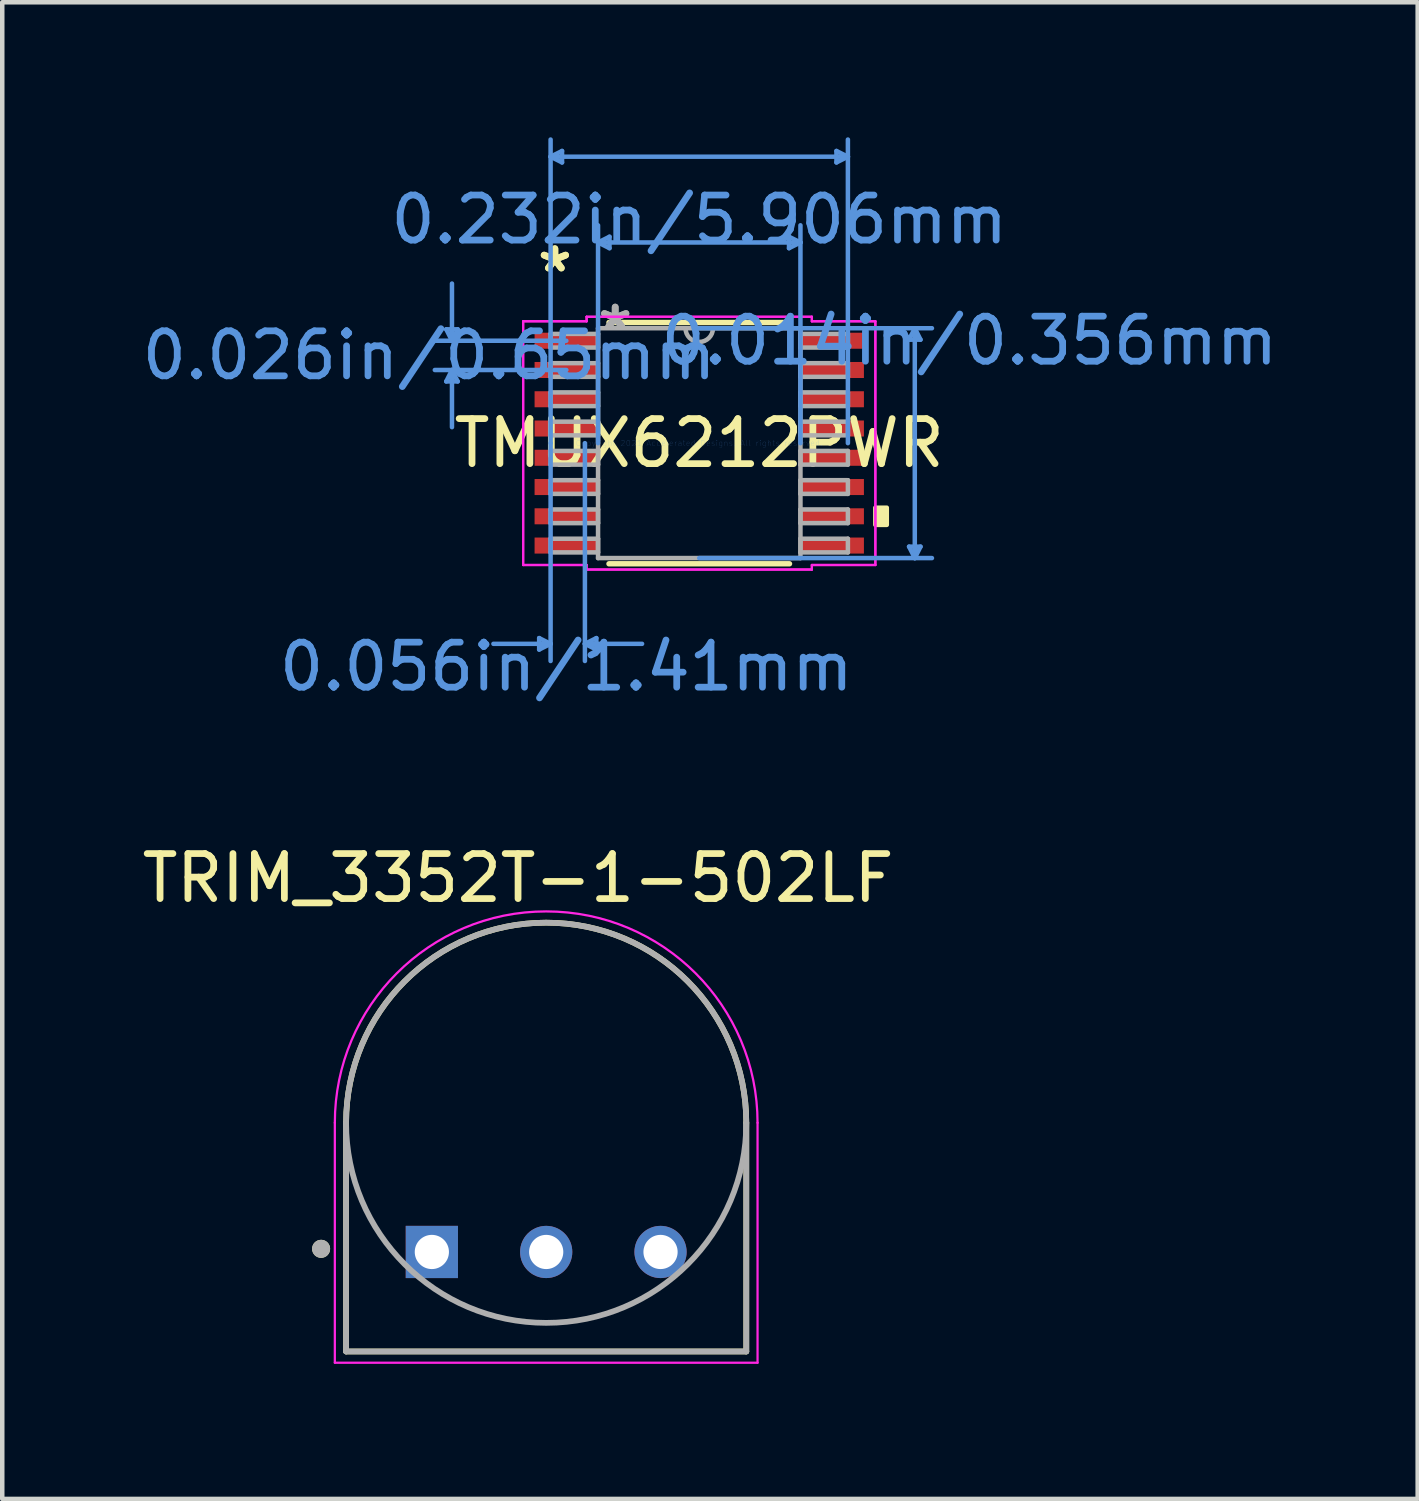
<source format=kicad_pcb>
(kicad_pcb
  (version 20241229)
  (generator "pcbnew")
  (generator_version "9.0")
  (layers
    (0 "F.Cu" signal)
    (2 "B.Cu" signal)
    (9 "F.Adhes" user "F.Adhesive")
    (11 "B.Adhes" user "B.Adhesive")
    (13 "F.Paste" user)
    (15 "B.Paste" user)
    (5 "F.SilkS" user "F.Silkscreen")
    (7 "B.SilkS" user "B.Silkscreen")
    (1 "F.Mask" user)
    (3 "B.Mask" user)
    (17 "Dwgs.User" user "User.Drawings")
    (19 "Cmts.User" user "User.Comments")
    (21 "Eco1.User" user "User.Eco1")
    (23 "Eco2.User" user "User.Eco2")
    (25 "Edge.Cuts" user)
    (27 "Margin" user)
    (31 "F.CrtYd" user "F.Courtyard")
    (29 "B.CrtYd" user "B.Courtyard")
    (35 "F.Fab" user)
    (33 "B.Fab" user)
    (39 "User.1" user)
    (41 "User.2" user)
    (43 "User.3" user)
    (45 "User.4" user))
  (footprint "TRIM_3352T-1-502LF"
    (layer "F.Cu")
    (at 9.083 21.891)
    (property "Reference" "TRIM_3352T-1-502LF" (at -0.625 -5.435 0) (layer "F.SilkS") (effects (font (size 1 1) (thickness 0.15))))
    (attr through_hole)
    (fp_line (start -4.445 0) (end -4.445 5.08) (stroke (width 0.127) (type solid)) (layer "F.SilkS"))
    (fp_line (start -4.445 5.08) (end 4.445 5.08) (stroke (width 0.127) (type solid)) (layer "F.SilkS"))
    (fp_line (start 4.445 0) (end 4.445 5.08) (stroke (width 0.127) (type solid)) (layer "F.SilkS"))
    (fp_arc (start -4.445 0) (mid 0 -4.445) (end 4.445 0) (stroke (width 0.127) (type solid)) (layer "F.SilkS"))
    (fp_circle (center -5 2.8) (end -4.9 2.8) (stroke (width 0.2) (type solid)) (fill no) (layer "F.SilkS"))
    (fp_line (start -4.695 0) (end -4.695 5.33) (stroke (width 0.05) (type solid)) (layer "F.CrtYd"))
    (fp_line (start -4.695 5.33) (end 4.695 5.33) (stroke (width 0.05) (type solid)) (layer "F.CrtYd"))
    (fp_line (start 4.695 5.33) (end 4.695 0) (stroke (width 0.05) (type solid)) (layer "F.CrtYd"))
    (fp_arc (start -4.695 0) (mid 0 -4.695) (end 4.695 0) (stroke (width 0.05) (type solid)) (layer "F.CrtYd"))
    (fp_line (start -4.445 0) (end -4.445 5.08) (stroke (width 0.127) (type solid)) (layer "F.Fab"))
    (fp_line (start -4.445 5.08) (end 4.445 5.08) (stroke (width 0.127) (type solid)) (layer "F.Fab"))
    (fp_line (start 4.445 5.08) (end 4.445 0) (stroke (width 0.127) (type solid)) (layer "F.Fab"))
    (fp_circle (center -5 2.8) (end -4.9 2.8) (stroke (width 0.2) (type solid)) (fill no) (layer "F.Fab"))
    (fp_circle (center 0 0) (end 4.445 0) (stroke (width 0.127) (type solid)) (fill no) (layer "F.Fab"))
    (pad "1" thru_hole rect (at -2.54 2.87) (size 1.16 1.16) (drill 0.76) (layers "*.Cu" "*.Mask"))
    (pad "2" thru_hole circle (at 0 2.87) (size 1.16 1.16) (drill 0.76) (layers "*.Cu" "*.Mask"))
    (pad "3" thru_hole circle (at 2.54 2.87) (size 1.16 1.16) (drill 0.76) (layers "*.Cu" "*.Mask")))
  (footprint "TMUX6212PWR"
    (layer "F.Cu")
    (at 12.483 6.794)
    (property "Reference" "TMUX6212PWR" (at 0 0 0) (layer "F.SilkS") (effects (font (size 1 1) (thickness 0.15))))
    (attr through_hole)
    (fp_line (start -2.005 2.68) (end 2.005 2.68) (stroke (width 0.12) (type solid)) (layer "F.SilkS"))
    (fp_line (start 2.005 -2.68) (end -2.005 -2.68) (stroke (width 0.12) (type solid)) (layer "F.SilkS"))
    (fp_poly (pts (xy 4.166 1.434) (xy 4.166 1.815) (xy 3.912 1.815) (xy 3.912 1.434)) (stroke (width 0.1) (type solid)) (fill yes) (layer "F.SilkS"))
    (fp_line (start -5.62 -2.529) (end -5.366 -2.529) (stroke (width 0.1) (type solid)) (layer "Cmts.User"))
    (fp_line (start -5.62 -1.371) (end -5.366 -1.371) (stroke (width 0.1) (type solid)) (layer "Cmts.User"))
    (fp_line (start -5.493 -2.275) (end -5.62 -2.529) (stroke (width 0.1) (type solid)) (layer "Cmts.User"))
    (fp_line (start -5.493 -2.275) (end -5.493 -3.545) (stroke (width 0.1) (type solid)) (layer "Cmts.User"))
    (fp_line (start -5.493 -2.275) (end -5.366 -2.529) (stroke (width 0.1) (type solid)) (layer "Cmts.User"))
    (fp_line (start -5.493 -1.625) (end -5.62 -1.371) (stroke (width 0.1) (type solid)) (layer "Cmts.User"))
    (fp_line (start -5.493 -1.625) (end -5.493 -0.355) (stroke (width 0.1) (type solid)) (layer "Cmts.User"))
    (fp_line (start -5.493 -1.625) (end -5.366 -1.371) (stroke (width 0.1) (type solid)) (layer "Cmts.User"))
    (fp_line (start -3.556 4.331) (end -3.556 4.585) (stroke (width 0.1) (type solid)) (layer "Cmts.User"))
    (fp_line (start -3.302 -6.363) (end -3.048 -6.49) (stroke (width 0.1) (type solid)) (layer "Cmts.User"))
    (fp_line (start -3.302 -6.363) (end -3.048 -6.236) (stroke (width 0.1) (type solid)) (layer "Cmts.User"))
    (fp_line (start -3.302 -6.363) (end 3.302 -6.363) (stroke (width 0.1) (type solid)) (layer "Cmts.User"))
    (fp_line (start -3.302 0) (end -3.302 -6.744) (stroke (width 0.1) (type solid)) (layer "Cmts.User"))
    (fp_line (start -3.302 0) (end -3.302 4.839) (stroke (width 0.1) (type solid)) (layer "Cmts.User"))
    (fp_line (start -3.302 4.458) (end -4.572 4.458) (stroke (width 0.1) (type solid)) (layer "Cmts.User"))
    (fp_line (start -3.302 4.458) (end -3.556 4.331) (stroke (width 0.1) (type solid)) (layer "Cmts.User"))
    (fp_line (start -3.302 4.458) (end -3.556 4.585) (stroke (width 0.1) (type solid)) (layer "Cmts.User"))
    (fp_line (start -3.048 -6.49) (end -3.048 -6.236) (stroke (width 0.1) (type solid)) (layer "Cmts.User"))
    (fp_line (start -2.953 -2.275) (end -5.874 -2.275) (stroke (width 0.1) (type solid)) (layer "Cmts.User"))
    (fp_line (start -2.953 -1.625) (end -5.874 -1.625) (stroke (width 0.1) (type solid)) (layer "Cmts.User"))
    (fp_line (start -2.54 0) (end -2.54 4.839) (stroke (width 0.1) (type solid)) (layer "Cmts.User"))
    (fp_line (start -2.54 4.458) (end -2.286 4.331) (stroke (width 0.1) (type solid)) (layer "Cmts.User"))
    (fp_line (start -2.54 4.458) (end -2.286 4.585) (stroke (width 0.1) (type solid)) (layer "Cmts.User"))
    (fp_line (start -2.54 4.458) (end -1.27 4.458) (stroke (width 0.1) (type solid)) (layer "Cmts.User"))
    (fp_line (start -2.286 4.331) (end -2.286 4.585) (stroke (width 0.1) (type solid)) (layer "Cmts.User"))
    (fp_line (start -2.248 -4.458) (end -1.994 -4.585) (stroke (width 0.1) (type solid)) (layer "Cmts.User"))
    (fp_line (start -2.248 -4.458) (end -1.994 -4.331) (stroke (width 0.1) (type solid)) (layer "Cmts.User"))
    (fp_line (start -2.248 -4.458) (end 2.248 -4.458) (stroke (width 0.1) (type solid)) (layer "Cmts.User"))
    (fp_line (start -2.248 0) (end -2.248 -4.839) (stroke (width 0.1) (type solid)) (layer "Cmts.User"))
    (fp_line (start -1.994 -4.585) (end -1.994 -4.331) (stroke (width 0.1) (type solid)) (layer "Cmts.User"))
    (fp_line (start 0 -2.553) (end 5.169 -2.553) (stroke (width 0.1) (type solid)) (layer "Cmts.User"))
    (fp_line (start 0 2.553) (end 5.169 2.553) (stroke (width 0.1) (type solid)) (layer "Cmts.User"))
    (fp_line (start 1.994 -4.585) (end 1.994 -4.331) (stroke (width 0.1) (type solid)) (layer "Cmts.User"))
    (fp_line (start 2.248 -4.458) (end 1.994 -4.585) (stroke (width 0.1) (type solid)) (layer "Cmts.User"))
    (fp_line (start 2.248 -4.458) (end 1.994 -4.331) (stroke (width 0.1) (type solid)) (layer "Cmts.User"))
    (fp_line (start 2.248 0) (end 2.248 -4.839) (stroke (width 0.1) (type solid)) (layer "Cmts.User"))
    (fp_line (start 3.048 -6.49) (end 3.048 -6.236) (stroke (width 0.1) (type solid)) (layer "Cmts.User"))
    (fp_line (start 3.302 -6.363) (end 3.048 -6.49) (stroke (width 0.1) (type solid)) (layer "Cmts.User"))
    (fp_line (start 3.302 -6.363) (end 3.048 -6.236) (stroke (width 0.1) (type solid)) (layer "Cmts.User"))
    (fp_line (start 3.302 0) (end 3.302 -6.744) (stroke (width 0.1) (type solid)) (layer "Cmts.User"))
    (fp_line (start 4.661 -2.299) (end 4.915 -2.299) (stroke (width 0.1) (type solid)) (layer "Cmts.User"))
    (fp_line (start 4.661 2.299) (end 4.915 2.299) (stroke (width 0.1) (type solid)) (layer "Cmts.User"))
    (fp_line (start 4.788 -2.553) (end 4.661 -2.299) (stroke (width 0.1) (type solid)) (layer "Cmts.User"))
    (fp_line (start 4.788 -2.553) (end 4.788 2.553) (stroke (width 0.1) (type solid)) (layer "Cmts.User"))
    (fp_line (start 4.788 -2.553) (end 4.915 -2.299) (stroke (width 0.1) (type solid)) (layer "Cmts.User"))
    (fp_line (start 4.788 2.553) (end 4.661 2.299) (stroke (width 0.1) (type solid)) (layer "Cmts.User"))
    (fp_line (start 4.788 2.553) (end 4.915 2.299) (stroke (width 0.1) (type solid)) (layer "Cmts.User"))
    (fp_line (start -3.912 -2.707) (end -2.502 -2.707) (stroke (width 0.05) (type solid)) (layer "F.CrtYd"))
    (fp_line (start -3.912 -2.707) (end -2.502 -2.707) (stroke (width 0.05) (type solid)) (layer "F.CrtYd"))
    (fp_line (start -3.912 2.707) (end -3.912 -2.707) (stroke (width 0.05) (type solid)) (layer "F.CrtYd"))
    (fp_line (start -3.912 2.707) (end -3.912 -2.707) (stroke (width 0.05) (type solid)) (layer "F.CrtYd"))
    (fp_line (start -3.912 2.707) (end -2.502 2.707) (stroke (width 0.05) (type solid)) (layer "F.CrtYd"))
    (fp_line (start -2.502 -2.807) (end 2.502 -2.807) (stroke (width 0.05) (type solid)) (layer "F.CrtYd"))
    (fp_line (start -2.502 -2.807) (end 2.502 -2.807) (stroke (width 0.05) (type solid)) (layer "F.CrtYd"))
    (fp_line (start -2.502 -2.707) (end -2.502 -2.807) (stroke (width 0.05) (type solid)) (layer "F.CrtYd"))
    (fp_line (start -2.502 -2.707) (end -2.502 -2.807) (stroke (width 0.05) (type solid)) (layer "F.CrtYd"))
    (fp_line (start -2.502 2.707) (end -3.912 2.707) (stroke (width 0.05) (type solid)) (layer "F.CrtYd"))
    (fp_line (start -2.502 2.807) (end -2.502 2.707) (stroke (width 0.05) (type solid)) (layer "F.CrtYd"))
    (fp_line (start -2.502 2.807) (end -2.502 2.707) (stroke (width 0.05) (type solid)) (layer "F.CrtYd"))
    (fp_line (start 2.502 -2.807) (end 2.502 -2.707) (stroke (width 0.05) (type solid)) (layer "F.CrtYd"))
    (fp_line (start 2.502 -2.807) (end 2.502 -2.707) (stroke (width 0.05) (type solid)) (layer "F.CrtYd"))
    (fp_line (start 2.502 -2.707) (end 3.912 -2.707) (stroke (width 0.05) (type solid)) (layer "F.CrtYd"))
    (fp_line (start 2.502 2.707) (end 2.502 2.807) (stroke (width 0.05) (type solid)) (layer "F.CrtYd"))
    (fp_line (start 2.502 2.707) (end 2.502 2.807) (stroke (width 0.05) (type solid)) (layer "F.CrtYd"))
    (fp_line (start 2.502 2.807) (end -2.502 2.807) (stroke (width 0.05) (type solid)) (layer "F.CrtYd"))
    (fp_line (start 2.502 2.807) (end -2.502 2.807) (stroke (width 0.05) (type solid)) (layer "F.CrtYd"))
    (fp_line (start 3.912 -2.707) (end 2.502 -2.707) (stroke (width 0.05) (type solid)) (layer "F.CrtYd"))
    (fp_line (start 3.912 -2.707) (end 3.912 2.707) (stroke (width 0.05) (type solid)) (layer "F.CrtYd"))
    (fp_line (start 3.912 -2.707) (end 3.912 2.707) (stroke (width 0.05) (type solid)) (layer "F.CrtYd"))
    (fp_line (start 3.912 2.707) (end 2.502 2.707) (stroke (width 0.05) (type solid)) (layer "F.CrtYd"))
    (fp_line (start 3.912 2.707) (end 2.502 2.707) (stroke (width 0.05) (type solid)) (layer "F.CrtYd"))
    (fp_line (start -3.302 -2.427) (end -3.302 -2.123) (stroke (width 0.1) (type solid)) (layer "F.Fab"))
    (fp_line (start -3.302 -2.123) (end -2.248 -2.123) (stroke (width 0.1) (type solid)) (layer "F.Fab"))
    (fp_line (start -3.302 -1.777) (end -3.302 -1.473) (stroke (width 0.1) (type solid)) (layer "F.Fab"))
    (fp_line (start -3.302 -1.473) (end -2.248 -1.473) (stroke (width 0.1) (type solid)) (layer "F.Fab"))
    (fp_line (start -3.302 -1.127) (end -3.302 -0.823) (stroke (width 0.1) (type solid)) (layer "F.Fab"))
    (fp_line (start -3.302 -0.823) (end -2.248 -0.823) (stroke (width 0.1) (type solid)) (layer "F.Fab"))
    (fp_line (start -3.302 -0.477) (end -3.302 -0.173) (stroke (width 0.1) (type solid)) (layer "F.Fab"))
    (fp_line (start -3.302 -0.173) (end -2.248 -0.173) (stroke (width 0.1) (type solid)) (layer "F.Fab"))
    (fp_line (start -3.302 0.173) (end -3.302 0.477) (stroke (width 0.1) (type solid)) (layer "F.Fab"))
    (fp_line (start -3.302 0.477) (end -2.248 0.477) (stroke (width 0.1) (type solid)) (layer "F.Fab"))
    (fp_line (start -3.302 0.823) (end -3.302 1.127) (stroke (width 0.1) (type solid)) (layer "F.Fab"))
    (fp_line (start -3.302 1.127) (end -2.248 1.127) (stroke (width 0.1) (type solid)) (layer "F.Fab"))
    (fp_line (start -3.302 1.473) (end -3.302 1.777) (stroke (width 0.1) (type solid)) (layer "F.Fab"))
    (fp_line (start -3.302 1.777) (end -2.248 1.777) (stroke (width 0.1) (type solid)) (layer "F.Fab"))
    (fp_line (start -3.302 2.123) (end -3.302 2.427) (stroke (width 0.1) (type solid)) (layer "F.Fab"))
    (fp_line (start -3.302 2.427) (end -2.248 2.427) (stroke (width 0.1) (type solid)) (layer "F.Fab"))
    (fp_line (start -2.248 -2.553) (end -2.248 2.553) (stroke (width 0.1) (type solid)) (layer "F.Fab"))
    (fp_line (start -2.248 -2.427) (end -3.302 -2.427) (stroke (width 0.1) (type solid)) (layer "F.Fab"))
    (fp_line (start -2.248 -2.123) (end -2.248 -2.427) (stroke (width 0.1) (type solid)) (layer "F.Fab"))
    (fp_line (start -2.248 -1.777) (end -3.302 -1.777) (stroke (width 0.1) (type solid)) (layer "F.Fab"))
    (fp_line (start -2.248 -1.473) (end -2.248 -1.777) (stroke (width 0.1) (type solid)) (layer "F.Fab"))
    (fp_line (start -2.248 -1.127) (end -3.302 -1.127) (stroke (width 0.1) (type solid)) (layer "F.Fab"))
    (fp_line (start -2.248 -0.823) (end -2.248 -1.127) (stroke (width 0.1) (type solid)) (layer "F.Fab"))
    (fp_line (start -2.248 -0.477) (end -3.302 -0.477) (stroke (width 0.1) (type solid)) (layer "F.Fab"))
    (fp_line (start -2.248 -0.173) (end -2.248 -0.477) (stroke (width 0.1) (type solid)) (layer "F.Fab"))
    (fp_line (start -2.248 0.173) (end -3.302 0.173) (stroke (width 0.1) (type solid)) (layer "F.Fab"))
    (fp_line (start -2.248 0.477) (end -2.248 0.173) (stroke (width 0.1) (type solid)) (layer "F.Fab"))
    (fp_line (start -2.248 0.823) (end -3.302 0.823) (stroke (width 0.1) (type solid)) (layer "F.Fab"))
    (fp_line (start -2.248 1.127) (end -2.248 0.823) (stroke (width 0.1) (type solid)) (layer "F.Fab"))
    (fp_line (start -2.248 1.473) (end -3.302 1.473) (stroke (width 0.1) (type solid)) (layer "F.Fab"))
    (fp_line (start -2.248 1.777) (end -2.248 1.473) (stroke (width 0.1) (type solid)) (layer "F.Fab"))
    (fp_line (start -2.248 2.123) (end -3.302 2.123) (stroke (width 0.1) (type solid)) (layer "F.Fab"))
    (fp_line (start -2.248 2.427) (end -2.248 2.123) (stroke (width 0.1) (type solid)) (layer "F.Fab"))
    (fp_line (start -2.248 2.553) (end 2.248 2.553) (stroke (width 0.1) (type solid)) (layer "F.Fab"))
    (fp_line (start 2.248 -2.553) (end -2.248 -2.553) (stroke (width 0.1) (type solid)) (layer "F.Fab"))
    (fp_line (start 2.248 -2.427) (end 2.248 -2.123) (stroke (width 0.1) (type solid)) (layer "F.Fab"))
    (fp_line (start 2.248 -2.123) (end 3.302 -2.123) (stroke (width 0.1) (type solid)) (layer "F.Fab"))
    (fp_line (start 2.248 -1.777) (end 2.248 -1.473) (stroke (width 0.1) (type solid)) (layer "F.Fab"))
    (fp_line (start 2.248 -1.473) (end 3.302 -1.473) (stroke (width 0.1) (type solid)) (layer "F.Fab"))
    (fp_line (start 2.248 -1.127) (end 2.248 -0.823) (stroke (width 0.1) (type solid)) (layer "F.Fab"))
    (fp_line (start 2.248 -0.823) (end 3.302 -0.823) (stroke (width 0.1) (type solid)) (layer "F.Fab"))
    (fp_line (start 2.248 -0.477) (end 2.248 -0.173) (stroke (width 0.1) (type solid)) (layer "F.Fab"))
    (fp_line (start 2.248 -0.173) (end 3.302 -0.173) (stroke (width 0.1) (type solid)) (layer "F.Fab"))
    (fp_line (start 2.248 0.173) (end 2.248 0.477) (stroke (width 0.1) (type solid)) (layer "F.Fab"))
    (fp_line (start 2.248 0.477) (end 3.302 0.477) (stroke (width 0.1) (type solid)) (layer "F.Fab"))
    (fp_line (start 2.248 0.823) (end 2.248 1.127) (stroke (width 0.1) (type solid)) (layer "F.Fab"))
    (fp_line (start 2.248 1.127) (end 3.302 1.127) (stroke (width 0.1) (type solid)) (layer "F.Fab"))
    (fp_line (start 2.248 1.473) (end 2.248 1.777) (stroke (width 0.1) (type solid)) (layer "F.Fab"))
    (fp_line (start 2.248 1.777) (end 3.302 1.777) (stroke (width 0.1) (type solid)) (layer "F.Fab"))
    (fp_line (start 2.248 2.123) (end 2.248 2.427) (stroke (width 0.1) (type solid)) (layer "F.Fab"))
    (fp_line (start 2.248 2.427) (end 3.302 2.427) (stroke (width 0.1) (type solid)) (layer "F.Fab"))
    (fp_line (start 2.248 2.553) (end 2.248 -2.553) (stroke (width 0.1) (type solid)) (layer "F.Fab"))
    (fp_line (start 3.302 -2.427) (end 2.248 -2.427) (stroke (width 0.1) (type solid)) (layer "F.Fab"))
    (fp_line (start 3.302 -2.123) (end 3.302 -2.427) (stroke (width 0.1) (type solid)) (layer "F.Fab"))
    (fp_line (start 3.302 -1.777) (end 2.248 -1.777) (stroke (width 0.1) (type solid)) (layer "F.Fab"))
    (fp_line (start 3.302 -1.473) (end 3.302 -1.777) (stroke (width 0.1) (type solid)) (layer "F.Fab"))
    (fp_line (start 3.302 -1.127) (end 2.248 -1.127) (stroke (width 0.1) (type solid)) (layer "F.Fab"))
    (fp_line (start 3.302 -0.823) (end 3.302 -1.127) (stroke (width 0.1) (type solid)) (layer "F.Fab"))
    (fp_line (start 3.302 -0.477) (end 2.248 -0.477) (stroke (width 0.1) (type solid)) (layer "F.Fab"))
    (fp_line (start 3.302 -0.173) (end 3.302 -0.477) (stroke (width 0.1) (type solid)) (layer "F.Fab"))
    (fp_line (start 3.302 0.173) (end 2.248 0.173) (stroke (width 0.1) (type solid)) (layer "F.Fab"))
    (fp_line (start 3.302 0.477) (end 3.302 0.173) (stroke (width 0.1) (type solid)) (layer "F.Fab"))
    (fp_line (start 3.302 0.823) (end 2.248 0.823) (stroke (width 0.1) (type solid)) (layer "F.Fab"))
    (fp_line (start 3.302 1.127) (end 3.302 0.823) (stroke (width 0.1) (type solid)) (layer "F.Fab"))
    (fp_line (start 3.302 1.473) (end 2.248 1.473) (stroke (width 0.1) (type solid)) (layer "F.Fab"))
    (fp_line (start 3.302 1.777) (end 3.302 1.473) (stroke (width 0.1) (type solid)) (layer "F.Fab"))
    (fp_line (start 3.302 2.123) (end 2.248 2.123) (stroke (width 0.1) (type solid)) (layer "F.Fab"))
    (fp_line (start 3.302 2.427) (end 3.302 2.123) (stroke (width 0.1) (type solid)) (layer "F.Fab"))
    (fp_arc (start 0.3048 -2.5527) (mid 0 -2.2479) (end -0.3048 -2.5527) (stroke (width 0.1) (type solid)) (layer "F.Fab"))
    (fp_text user "*" (at -3.207 -3.774 0) (layer "F.SilkS") (effects (font (size 1 1) (thickness 0.15))))
    (fp_text user "*" (at -3.207 -3.774 0) (layer "F.SilkS") (effects (font (size 1 1) (thickness 0.15))))
    (fp_text user "0.232in/5.906mm" (at 0 -4.966 0) (layer "Cmts.User") (effects (font (size 1 1) (thickness 0.15))))
    (fp_text user "Copyright 2021 Accelerated Designs. All rights reserved." (at 0 0 0) (layer "Cmts.User") (effects (font (size 0.127 0.127) (thickness 0.002))))
    (fp_text user "0.026in/0.65mm" (at -6.001 -1.95 0) (layer "Cmts.User") (effects (font (size 1 1) (thickness 0.15))))
    (fp_text user "0.056in/1.41mm" (at -2.953 4.966 0) (layer "Cmts.User") (effects (font (size 1 1) (thickness 0.15))))
    (fp_text user "0.014in/0.356mm" (at 6.001 -2.275 0) (layer "Cmts.User") (effects (font (size 1 1) (thickness 0.15))))
    (fp_text user "*" (at -1.867 -2.477 0) (layer "F.Fab") (effects (font (size 1 1) (thickness 0.15))))
    (fp_text user "*" (at -1.867 -2.477 0) (layer "F.Fab") (effects (font (size 1 1) (thickness 0.15))))
    (pad "1" smd rect (at -2.953 -2.275) (size 1.41 0.356) (layers "F.Cu" "F.Mask" "F.Paste"))
    (pad "2" smd rect (at -2.953 -1.625) (size 1.41 0.356) (layers "F.Cu" "F.Mask" "F.Paste"))
    (pad "3" smd rect (at -2.953 -0.975) (size 1.41 0.356) (layers "F.Cu" "F.Mask" "F.Paste"))
    (pad "4" smd rect (at -2.953 -0.325) (size 1.41 0.356) (layers "F.Cu" "F.Mask" "F.Paste"))
    (pad "5" smd rect (at -2.953 0.325) (size 1.41 0.356) (layers "F.Cu" "F.Mask" "F.Paste"))
    (pad "6" smd rect (at -2.953 0.975) (size 1.41 0.356) (layers "F.Cu" "F.Mask" "F.Paste"))
    (pad "7" smd rect (at -2.953 1.625) (size 1.41 0.356) (layers "F.Cu" "F.Mask" "F.Paste"))
    (pad "8" smd rect (at -2.953 2.275) (size 1.41 0.356) (layers "F.Cu" "F.Mask" "F.Paste"))
    (pad "9" smd rect (at 2.953 2.275) (size 1.41 0.356) (layers "F.Cu" "F.Mask" "F.Paste"))
    (pad "10" smd rect (at 2.953 1.625) (size 1.41 0.356) (layers "F.Cu" "F.Mask" "F.Paste"))
    (pad "11" smd rect (at 2.953 0.975) (size 1.41 0.356) (layers "F.Cu" "F.Mask" "F.Paste"))
    (pad "12" smd rect (at 2.953 0.325) (size 1.41 0.356) (layers "F.Cu" "F.Mask" "F.Paste"))
    (pad "13" smd rect (at 2.953 -0.325) (size 1.41 0.356) (layers "F.Cu" "F.Mask" "F.Paste"))
    (pad "14" smd rect (at 2.953 -0.975) (size 1.41 0.356) (layers "F.Cu" "F.Mask" "F.Paste"))
    (pad "15" smd rect (at 2.953 -1.625) (size 1.41 0.356) (layers "F.Cu" "F.Mask" "F.Paste"))
    (pad "16" smd rect (at 2.953 -2.275) (size 1.41 0.356) (layers "F.Cu" "F.Mask" "F.Paste")))
  (gr_rect
    (start -3 -3)
    (end 28.442 30.246)
    (stroke (width 0.1) (type default))
    (fill no)
    (layer "Edge.Cuts")))
</source>
